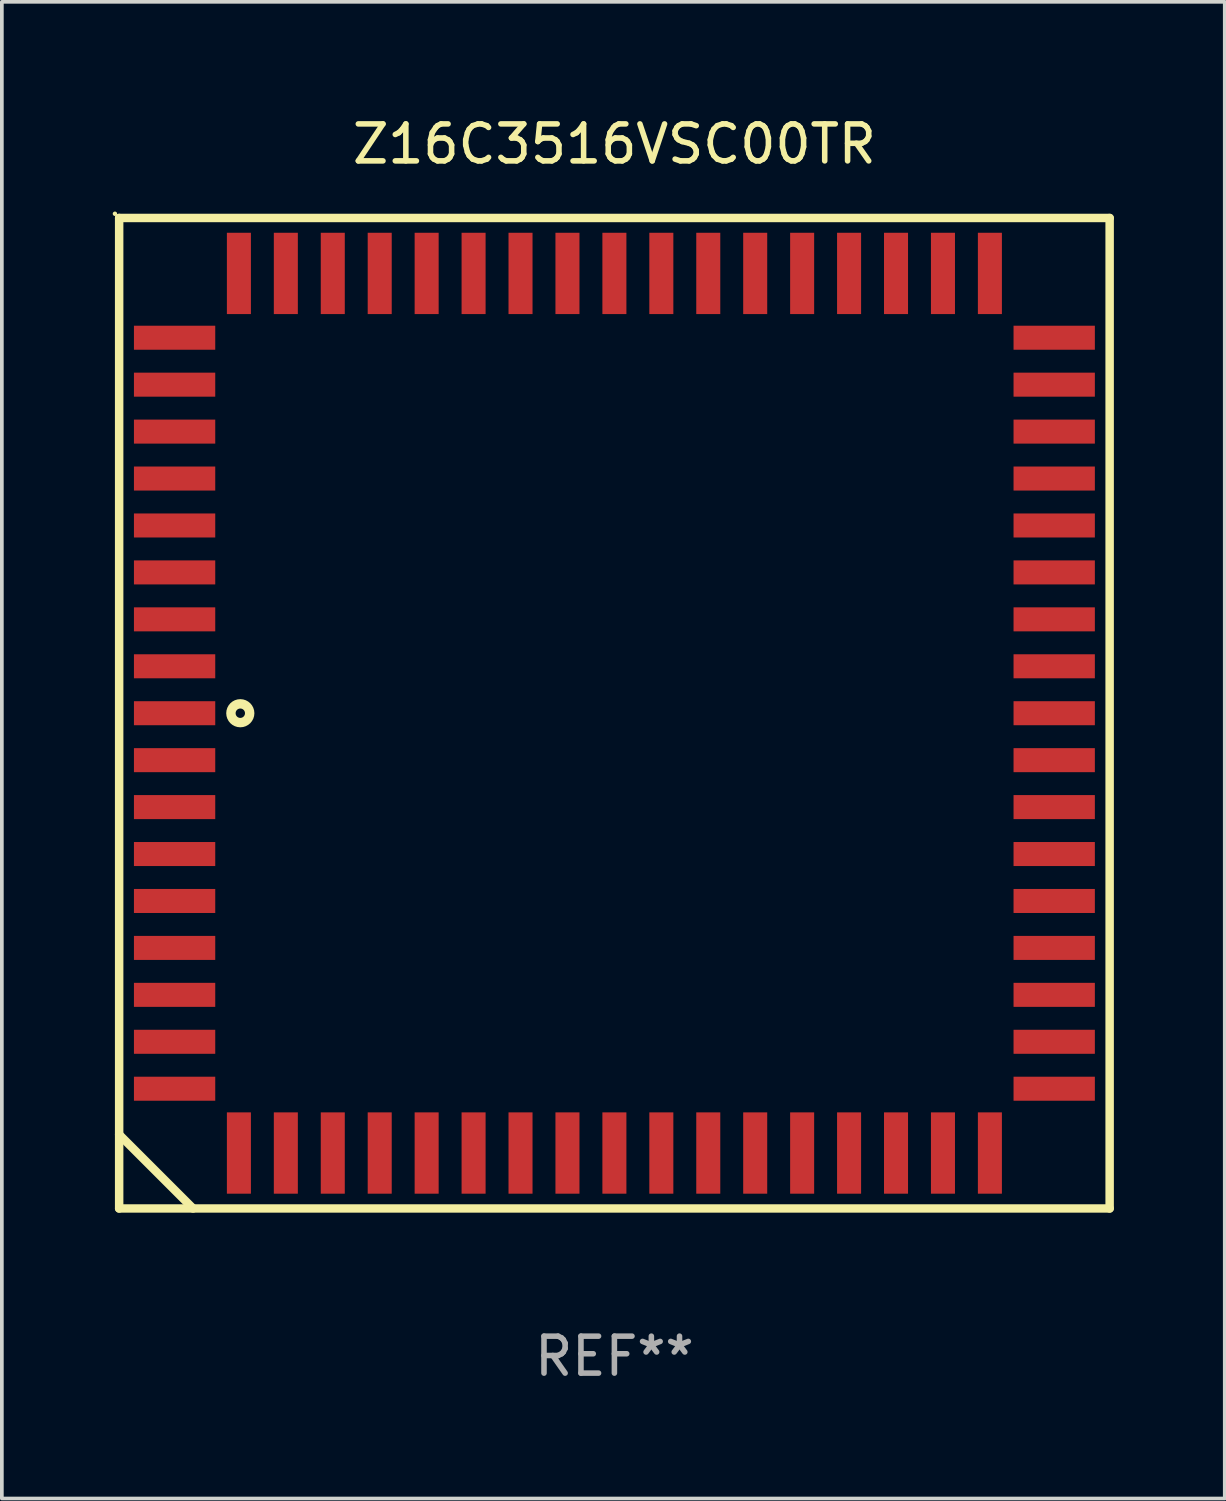
<source format=kicad_pcb>
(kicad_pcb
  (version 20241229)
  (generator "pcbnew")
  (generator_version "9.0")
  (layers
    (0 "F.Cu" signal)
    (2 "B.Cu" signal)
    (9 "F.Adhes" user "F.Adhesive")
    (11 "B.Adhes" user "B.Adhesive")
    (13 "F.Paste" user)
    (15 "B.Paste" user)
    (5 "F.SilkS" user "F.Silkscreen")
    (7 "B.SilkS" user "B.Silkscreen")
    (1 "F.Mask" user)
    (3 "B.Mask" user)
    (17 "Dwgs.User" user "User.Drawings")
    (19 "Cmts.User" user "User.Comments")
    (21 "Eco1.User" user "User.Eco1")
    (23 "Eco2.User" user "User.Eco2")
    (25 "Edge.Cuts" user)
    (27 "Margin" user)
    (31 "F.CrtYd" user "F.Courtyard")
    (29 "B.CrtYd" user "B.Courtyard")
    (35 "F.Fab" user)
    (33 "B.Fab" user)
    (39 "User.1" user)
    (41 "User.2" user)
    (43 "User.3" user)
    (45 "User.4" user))
  (footprint "Z16C3516VSC00TR"
    (layer "F.Cu")
    (at 13.574 16.248)
    (property "Reference" "Z16C3516VSC00TR" (at 0 -15.4 0) (layer "F.SilkS") (effects (font (size 1 1) (thickness 0.15))))
    (attr through_hole)
    (fp_line (start -13.4 -13.4) (end -13.4 13.4) (stroke (width 0.229) (type solid)) (layer "F.SilkS"))
    (fp_line (start -13.4 11.4) (end -11.4 13.4) (stroke (width 0.229) (type solid)) (layer "F.SilkS"))
    (fp_line (start -13.4 13.4) (end 13.4 13.4) (stroke (width 0.229) (type solid)) (layer "F.SilkS"))
    (fp_line (start 13.4 -13.4) (end -13.4 -13.4) (stroke (width 0.229) (type solid)) (layer "F.SilkS"))
    (fp_line (start 13.4 13.4) (end 13.4 -13.4) (stroke (width 0.229) (type solid)) (layer "F.SilkS"))
    (fp_circle (center -13.514 -13.514) (end -13.484 -13.514) (stroke (width 0.06) (type solid)) (fill no) (layer "F.SilkS"))
    (fp_circle (center -10.122 -0.000076) (end -9.868 -0.000076) (stroke (width 0.254) (type solid)) (fill no) (layer "F.SilkS"))
    (fp_text user "REF**" (at 0 17.4 0) (layer "F.Fab") (effects (font (size 1 1) (thickness 0.15))))
    (pad "1" smd rect (at -11.9 -0.000076 270) (size 0.65 2.2) (layers "F.Cu" "F.Mask" "F.Paste"))
    (pad "2" smd rect (at -11.9 1.27 270) (size 0.65 2.2) (layers "F.Cu" "F.Mask" "F.Paste"))
    (pad "3" smd rect (at -11.9 2.54 270) (size 0.65 2.2) (layers "F.Cu" "F.Mask" "F.Paste"))
    (pad "4" smd rect (at -11.9 3.81 270) (size 0.65 2.2) (layers "F.Cu" "F.Mask" "F.Paste"))
    (pad "5" smd rect (at -11.9 5.08 270) (size 0.65 2.2) (layers "F.Cu" "F.Mask" "F.Paste"))
    (pad "6" smd rect (at -11.9 6.35 270) (size 0.65 2.2) (layers "F.Cu" "F.Mask" "F.Paste"))
    (pad "7" smd rect (at -11.9 7.62 270) (size 0.65 2.2) (layers "F.Cu" "F.Mask" "F.Paste"))
    (pad "8" smd rect (at -11.9 8.89 270) (size 0.65 2.2) (layers "F.Cu" "F.Mask" "F.Paste"))
    (pad "9" smd rect (at -11.9 10.16 270) (size 0.65 2.2) (layers "F.Cu" "F.Mask" "F.Paste"))
    (pad "10" smd rect (at -10.16 11.9 270) (size 2.2 0.65) (layers "F.Cu" "F.Mask" "F.Paste"))
    (pad "11" smd rect (at -8.89 11.9 270) (size 2.2 0.65) (layers "F.Cu" "F.Mask" "F.Paste"))
    (pad "12" smd rect (at -7.62 11.9 270) (size 2.2 0.65) (layers "F.Cu" "F.Mask" "F.Paste"))
    (pad "13" smd rect (at -6.35 11.9 270) (size 2.2 0.65) (layers "F.Cu" "F.Mask" "F.Paste"))
    (pad "14" smd rect (at -5.08 11.9 270) (size 2.2 0.65) (layers "F.Cu" "F.Mask" "F.Paste"))
    (pad "15" smd rect (at -3.81 11.9 270) (size 2.2 0.65) (layers "F.Cu" "F.Mask" "F.Paste"))
    (pad "16" smd rect (at -2.54 11.9 270) (size 2.2 0.65) (layers "F.Cu" "F.Mask" "F.Paste"))
    (pad "17" smd rect (at -1.27 11.9 270) (size 2.2 0.65) (layers "F.Cu" "F.Mask" "F.Paste"))
    (pad "18" smd rect (at 0 11.9 270) (size 2.2 0.65) (layers "F.Cu" "F.Mask" "F.Paste"))
    (pad "19" smd rect (at 1.27 11.9 270) (size 2.2 0.65) (layers "F.Cu" "F.Mask" "F.Paste"))
    (pad "20" smd rect (at 2.54 11.9 270) (size 2.2 0.65) (layers "F.Cu" "F.Mask" "F.Paste"))
    (pad "21" smd rect (at 3.81 11.9 270) (size 2.2 0.65) (layers "F.Cu" "F.Mask" "F.Paste"))
    (pad "22" smd rect (at 5.08 11.9 270) (size 2.2 0.65) (layers "F.Cu" "F.Mask" "F.Paste"))
    (pad "23" smd rect (at 6.35 11.9 270) (size 2.2 0.65) (layers "F.Cu" "F.Mask" "F.Paste"))
    (pad "24" smd rect (at 7.62 11.9 270) (size 2.2 0.65) (layers "F.Cu" "F.Mask" "F.Paste"))
    (pad "25" smd rect (at 8.89 11.9 270) (size 2.2 0.65) (layers "F.Cu" "F.Mask" "F.Paste"))
    (pad "26" smd rect (at 10.16 11.9 270) (size 2.2 0.65) (layers "F.Cu" "F.Mask" "F.Paste"))
    (pad "27" smd rect (at 11.9 10.16 270) (size 0.65 2.2) (layers "F.Cu" "F.Mask" "F.Paste"))
    (pad "28" smd rect (at 11.9 8.89 270) (size 0.65 2.2) (layers "F.Cu" "F.Mask" "F.Paste"))
    (pad "29" smd rect (at 11.9 7.62 270) (size 0.65 2.2) (layers "F.Cu" "F.Mask" "F.Paste"))
    (pad "30" smd rect (at 11.9 6.35 270) (size 0.65 2.2) (layers "F.Cu" "F.Mask" "F.Paste"))
    (pad "31" smd rect (at 11.9 5.08 270) (size 0.65 2.2) (layers "F.Cu" "F.Mask" "F.Paste"))
    (pad "32" smd rect (at 11.9 3.81 270) (size 0.65 2.2) (layers "F.Cu" "F.Mask" "F.Paste"))
    (pad "33" smd rect (at 11.9 2.54 270) (size 0.65 2.2) (layers "F.Cu" "F.Mask" "F.Paste"))
    (pad "34" smd rect (at 11.9 1.27 270) (size 0.65 2.2) (layers "F.Cu" "F.Mask" "F.Paste"))
    (pad "35" smd rect (at 11.9 -0.000076 270) (size 0.65 2.2) (layers "F.Cu" "F.Mask" "F.Paste"))
    (pad "36" smd rect (at 11.9 -1.27 270) (size 0.65 2.2) (layers "F.Cu" "F.Mask" "F.Paste"))
    (pad "37" smd rect (at 11.9 -2.54 270) (size 0.65 2.2) (layers "F.Cu" "F.Mask" "F.Paste"))
    (pad "38" smd rect (at 11.9 -3.81 270) (size 0.65 2.2) (layers "F.Cu" "F.Mask" "F.Paste"))
    (pad "39" smd rect (at 11.9 -5.08 270) (size 0.65 2.2) (layers "F.Cu" "F.Mask" "F.Paste"))
    (pad "40" smd rect (at 11.9 -6.35 270) (size 0.65 2.2) (layers "F.Cu" "F.Mask" "F.Paste"))
    (pad "41" smd rect (at 11.9 -7.62 270) (size 0.65 2.2) (layers "F.Cu" "F.Mask" "F.Paste"))
    (pad "42" smd rect (at 11.9 -8.89 270) (size 0.65 2.2) (layers "F.Cu" "F.Mask" "F.Paste"))
    (pad "43" smd rect (at 11.9 -10.16 270) (size 0.65 2.2) (layers "F.Cu" "F.Mask" "F.Paste"))
    (pad "44" smd rect (at 10.16 -11.9 270) (size 2.2 0.65) (layers "F.Cu" "F.Mask" "F.Paste"))
    (pad "45" smd rect (at 8.89 -11.9 270) (size 2.2 0.65) (layers "F.Cu" "F.Mask" "F.Paste"))
    (pad "46" smd rect (at 7.62 -11.9 270) (size 2.2 0.65) (layers "F.Cu" "F.Mask" "F.Paste"))
    (pad "47" smd rect (at 6.35 -11.9 270) (size 2.2 0.65) (layers "F.Cu" "F.Mask" "F.Paste"))
    (pad "48" smd rect (at 5.08 -11.9 270) (size 2.2 0.65) (layers "F.Cu" "F.Mask" "F.Paste"))
    (pad "49" smd rect (at 3.81 -11.9 270) (size 2.2 0.65) (layers "F.Cu" "F.Mask" "F.Paste"))
    (pad "50" smd rect (at 2.54 -11.9 270) (size 2.2 0.65) (layers "F.Cu" "F.Mask" "F.Paste"))
    (pad "51" smd rect (at 1.27 -11.9 270) (size 2.2 0.65) (layers "F.Cu" "F.Mask" "F.Paste"))
    (pad "52" smd rect (at 0 -11.9 270) (size 2.2 0.65) (layers "F.Cu" "F.Mask" "F.Paste"))
    (pad "53" smd rect (at -1.27 -11.9 270) (size 2.2 0.65) (layers "F.Cu" "F.Mask" "F.Paste"))
    (pad "54" smd rect (at -2.54 -11.9 270) (size 2.2 0.65) (layers "F.Cu" "F.Mask" "F.Paste"))
    (pad "55" smd rect (at -3.81 -11.9 270) (size 2.2 0.65) (layers "F.Cu" "F.Mask" "F.Paste"))
    (pad "56" smd rect (at -5.08 -11.9 270) (size 2.2 0.65) (layers "F.Cu" "F.Mask" "F.Paste"))
    (pad "57" smd rect (at -6.35 -11.9 270) (size 2.2 0.65) (layers "F.Cu" "F.Mask" "F.Paste"))
    (pad "58" smd rect (at -7.62 -11.9 270) (size 2.2 0.65) (layers "F.Cu" "F.Mask" "F.Paste"))
    (pad "59" smd rect (at -8.89 -11.9 270) (size 2.2 0.65) (layers "F.Cu" "F.Mask" "F.Paste"))
    (pad "60" smd rect (at -10.16 -11.9 270) (size 2.2 0.65) (layers "F.Cu" "F.Mask" "F.Paste"))
    (pad "61" smd rect (at -11.9 -10.16 270) (size 0.65 2.2) (layers "F.Cu" "F.Mask" "F.Paste"))
    (pad "62" smd rect (at -11.9 -8.89 270) (size 0.65 2.2) (layers "F.Cu" "F.Mask" "F.Paste"))
    (pad "63" smd rect (at -11.9 -7.62 270) (size 0.65 2.2) (layers "F.Cu" "F.Mask" "F.Paste"))
    (pad "64" smd rect (at -11.9 -6.35 270) (size 0.65 2.2) (layers "F.Cu" "F.Mask" "F.Paste"))
    (pad "65" smd rect (at -11.9 -5.08 270) (size 0.65 2.2) (layers "F.Cu" "F.Mask" "F.Paste"))
    (pad "66" smd rect (at -11.9 -3.81 270) (size 0.65 2.2) (layers "F.Cu" "F.Mask" "F.Paste"))
    (pad "67" smd rect (at -11.9 -2.54 270) (size 0.65 2.2) (layers "F.Cu" "F.Mask" "F.Paste"))
    (pad "68" smd rect (at -11.9 -1.27 270) (size 0.65 2.2) (layers "F.Cu" "F.Mask" "F.Paste")))
  (gr_rect
    (start -3 -3)
    (end 30.089 37.496)
    (stroke (width 0.1) (type default))
    (fill no)
    (layer "Edge.Cuts")))
</source>
